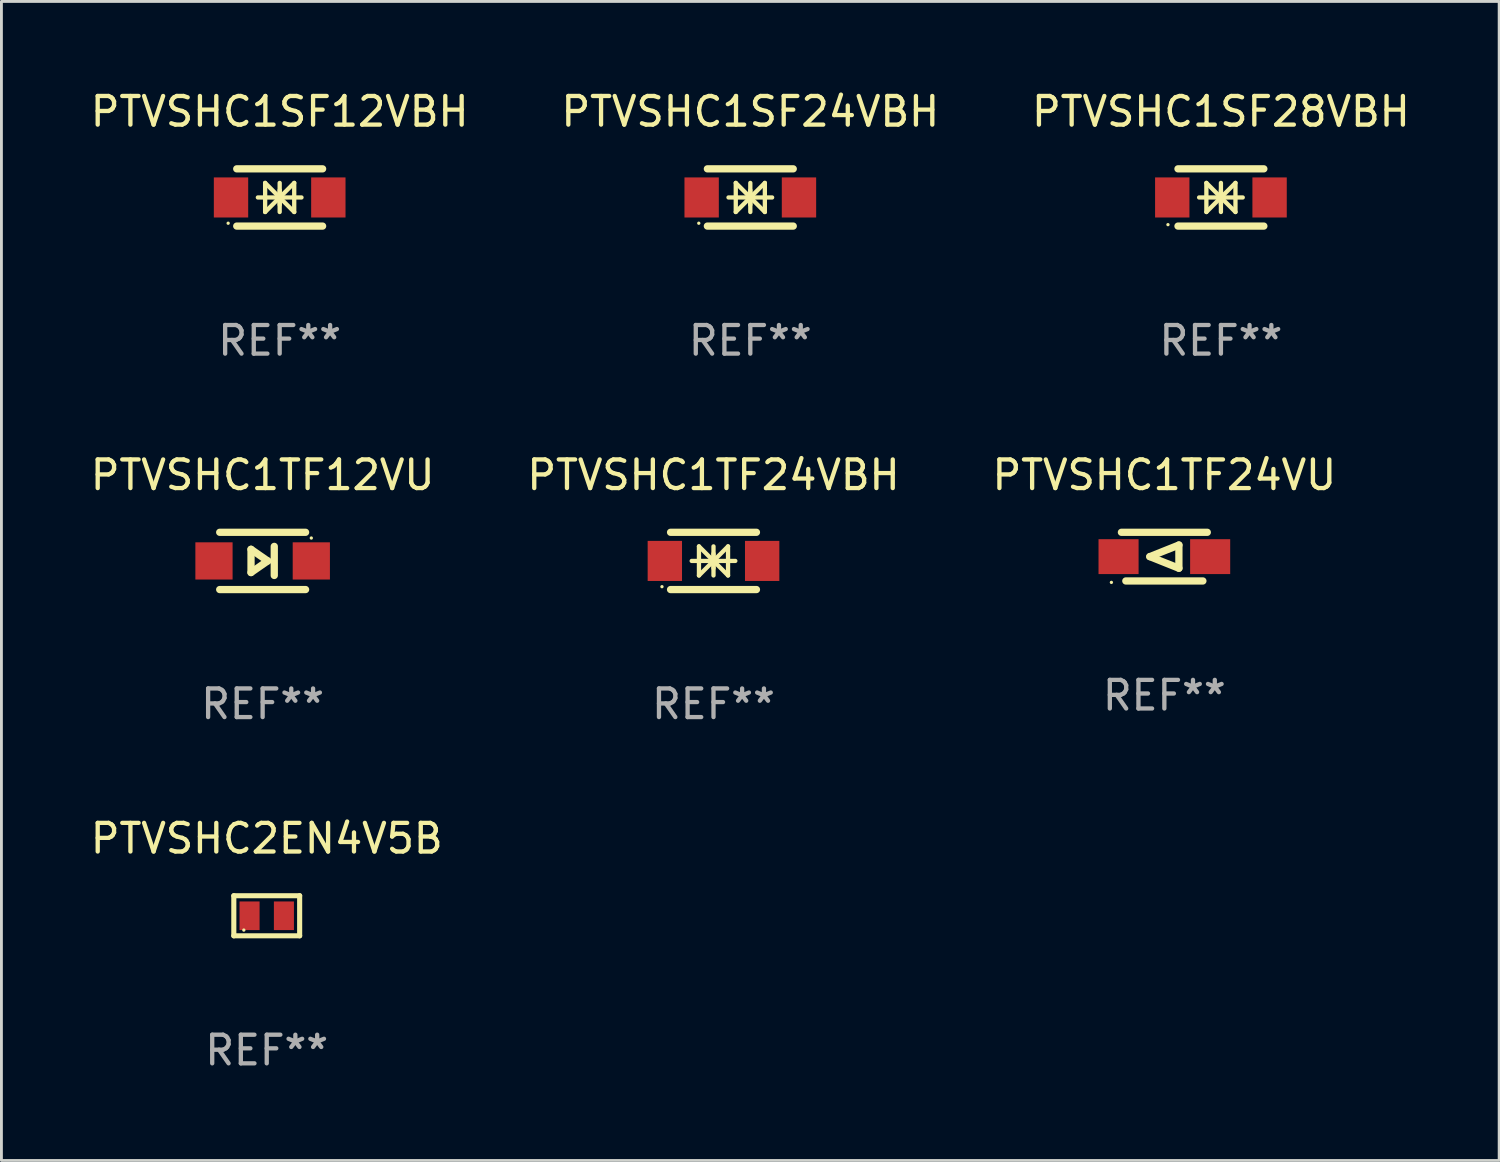
<source format=kicad_pcb>
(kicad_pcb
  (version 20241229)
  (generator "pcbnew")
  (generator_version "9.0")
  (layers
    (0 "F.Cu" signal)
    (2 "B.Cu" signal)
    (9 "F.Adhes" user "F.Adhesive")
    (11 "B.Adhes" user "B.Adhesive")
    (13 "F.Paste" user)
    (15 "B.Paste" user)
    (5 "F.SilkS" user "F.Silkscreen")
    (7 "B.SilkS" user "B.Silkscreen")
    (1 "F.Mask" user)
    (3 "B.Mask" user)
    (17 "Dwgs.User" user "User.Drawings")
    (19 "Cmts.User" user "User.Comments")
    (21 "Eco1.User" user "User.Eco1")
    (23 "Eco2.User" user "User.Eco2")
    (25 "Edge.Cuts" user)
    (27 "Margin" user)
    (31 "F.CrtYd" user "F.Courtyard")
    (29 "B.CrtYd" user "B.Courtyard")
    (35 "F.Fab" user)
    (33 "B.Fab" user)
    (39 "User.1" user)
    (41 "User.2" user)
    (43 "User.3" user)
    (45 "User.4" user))
  (footprint "PTVSHC1SF12VBH"
    (layer "F.Cu")
    (at 6.72 3.848)
    (property "Reference" "PTVSHC1SF12VBH" (at 0 -3 0) (layer "F.SilkS") (effects (font (size 1 1) (thickness 0.15))))
    (attr through_hole)
    (fp_line (start -1.5 -1) (end 1.5 -1) (stroke (width 0.254) (type solid)) (layer "F.SilkS"))
    (fp_line (start -1.5 1) (end 1.5 1) (stroke (width 0.254) (type solid)) (layer "F.SilkS"))
    (fp_line (start -0.762 0) (end 0.762 0) (stroke (width 0.15) (type solid)) (layer "F.SilkS"))
    (fp_line (start -0.508 -0.508) (end -0.508 0.508) (stroke (width 0.15) (type solid)) (layer "F.SilkS"))
    (fp_line (start 0 -0.508) (end 0 0.508) (stroke (width 0.15) (type solid)) (layer "F.SilkS"))
    (fp_line (start 0 0) (end -0.508 -0.508) (stroke (width 0.15) (type solid)) (layer "F.SilkS"))
    (fp_line (start 0 0) (end -0.508 0.508) (stroke (width 0.15) (type solid)) (layer "F.SilkS"))
    (fp_line (start 0 0) (end 0.508 -0.508) (stroke (width 0.15) (type solid)) (layer "F.SilkS"))
    (fp_line (start 0 0) (end 0.508 0.508) (stroke (width 0.15) (type solid)) (layer "F.SilkS"))
    (fp_line (start 0 0.254) (end 0 -0.254) (stroke (width 0.15) (type solid)) (layer "F.SilkS"))
    (fp_line (start 0.508 0.508) (end 0.508 -0.508) (stroke (width 0.15) (type solid)) (layer "F.SilkS"))
    (fp_circle (center -1.8 0.9) (end -1.77 0.9) (stroke (width 0.06) (type solid)) (fill no) (layer "F.SilkS"))
    (fp_text user "REF**" (at 0 5 0) (layer "F.Fab") (effects (font (size 1 1) (thickness 0.15))))
    (pad "1" smd rect (at -1.7 0) (size 1.2 1.4) (layers "F.Cu" "F.Mask" "F.Paste"))
    (pad "2" smd rect (at 1.7 0) (size 1.2 1.4) (layers "F.Cu" "F.Mask" "F.Paste")))
  (footprint "PTVSHC1SF28VBH"
    (layer "F.Cu")
    (at 39.601 3.848)
    (property "Reference" "PTVSHC1SF28VBH" (at 0 -3 0) (layer "F.SilkS") (effects (font (size 1 1) (thickness 0.15))))
    (attr through_hole)
    (fp_line (start -1.5 -1) (end 1.5 -1) (stroke (width 0.254) (type solid)) (layer "F.SilkS"))
    (fp_line (start -1.5 1) (end 1.5 1) (stroke (width 0.254) (type solid)) (layer "F.SilkS"))
    (fp_line (start -0.762 0) (end 0.762 0) (stroke (width 0.15) (type solid)) (layer "F.SilkS"))
    (fp_line (start -0.508 -0.508) (end -0.508 0.508) (stroke (width 0.15) (type solid)) (layer "F.SilkS"))
    (fp_line (start 0 -0.508) (end 0 0.508) (stroke (width 0.15) (type solid)) (layer "F.SilkS"))
    (fp_line (start 0 0) (end -0.508 -0.508) (stroke (width 0.15) (type solid)) (layer "F.SilkS"))
    (fp_line (start 0 0) (end -0.508 0.508) (stroke (width 0.15) (type solid)) (layer "F.SilkS"))
    (fp_line (start 0 0) (end 0.508 -0.508) (stroke (width 0.15) (type solid)) (layer "F.SilkS"))
    (fp_line (start 0 0) (end 0.508 0.508) (stroke (width 0.15) (type solid)) (layer "F.SilkS"))
    (fp_line (start 0 0.254) (end 0 -0.254) (stroke (width 0.15) (type solid)) (layer "F.SilkS"))
    (fp_line (start 0.508 0.508) (end 0.508 -0.508) (stroke (width 0.15) (type solid)) (layer "F.SilkS"))
    (fp_circle (center -1.85 0.95) (end -1.82 0.95) (stroke (width 0.06) (type solid)) (fill no) (layer "F.SilkS"))
    (fp_text user "REF**" (at 0 5 0) (layer "F.Fab") (effects (font (size 1 1) (thickness 0.15))))
    (pad "1" smd rect (at -1.7 0) (size 1.2 1.4) (layers "F.Cu" "F.Mask" "F.Paste"))
    (pad "2" smd rect (at 1.7 0) (size 1.2 1.4) (layers "F.Cu" "F.Mask" "F.Paste")))
  (footprint "PTVSHC1TF24VU"
    (layer "F.Cu")
    (at 37.625 16.395)
    (property "Reference" "PTVSHC1TF24VU" (at 0 -2.85 0) (layer "F.SilkS") (effects (font (size 1 1) (thickness 0.15))))
    (attr through_hole)
    (fp_line (start -1.346 0.85) (end 1.346 0.85) (stroke (width 0.254) (type solid)) (layer "F.SilkS"))
    (fp_line (start -0.508 0) (end 0.508 -0.406) (stroke (width 0.254) (type solid)) (layer "F.SilkS"))
    (fp_line (start 0.508 -0.406) (end 0.508 0.406) (stroke (width 0.254) (type solid)) (layer "F.SilkS"))
    (fp_line (start 0.508 0.406) (end -0.508 0) (stroke (width 0.254) (type solid)) (layer "F.SilkS"))
    (fp_line (start 1.5 -0.85) (end -1.5 -0.85) (stroke (width 0.254) (type solid)) (layer "F.SilkS"))
    (fp_circle (center -1.85 0.9) (end -1.82 0.9) (stroke (width 0.06) (type solid)) (fill no) (layer "F.SilkS"))
    (fp_text user "REF**" (at 0 4.85 0) (layer "F.Fab") (effects (font (size 1 1) (thickness 0.15))))
    (pad "1" smd rect (at -1.6 0) (size 1.4 1.219) (layers "F.Cu" "F.Mask" "F.Paste"))
    (pad "2" smd rect (at 1.6 0) (size 1.4 1.219) (layers "F.Cu" "F.Mask" "F.Paste")))
  (footprint "PTVSHC1TF24VBH"
    (layer "F.Cu")
    (at 21.875 16.545)
    (property "Reference" "PTVSHC1TF24VBH" (at 0 -3 0) (layer "F.SilkS") (effects (font (size 1 1) (thickness 0.15))))
    (attr through_hole)
    (fp_line (start -1.5 -1) (end 1.5 -1) (stroke (width 0.254) (type solid)) (layer "F.SilkS"))
    (fp_line (start -1.5 1) (end 1.5 1) (stroke (width 0.254) (type solid)) (layer "F.SilkS"))
    (fp_line (start -0.762 0) (end 0.762 0) (stroke (width 0.15) (type solid)) (layer "F.SilkS"))
    (fp_line (start -0.508 -0.508) (end -0.508 0.508) (stroke (width 0.15) (type solid)) (layer "F.SilkS"))
    (fp_line (start 0 -0.508) (end 0 0.508) (stroke (width 0.15) (type solid)) (layer "F.SilkS"))
    (fp_line (start 0 0) (end -0.508 -0.508) (stroke (width 0.15) (type solid)) (layer "F.SilkS"))
    (fp_line (start 0 0) (end -0.508 0.508) (stroke (width 0.15) (type solid)) (layer "F.SilkS"))
    (fp_line (start 0 0) (end 0.508 -0.508) (stroke (width 0.15) (type solid)) (layer "F.SilkS"))
    (fp_line (start 0 0) (end 0.508 0.508) (stroke (width 0.15) (type solid)) (layer "F.SilkS"))
    (fp_line (start 0 0.254) (end 0 -0.254) (stroke (width 0.15) (type solid)) (layer "F.SilkS"))
    (fp_line (start 0.508 0.508) (end 0.508 -0.508) (stroke (width 0.15) (type solid)) (layer "F.SilkS"))
    (fp_circle (center -1.8 0.9) (end -1.77 0.9) (stroke (width 0.06) (type solid)) (fill no) (layer "F.SilkS"))
    (fp_text user "REF**" (at 0 5 0) (layer "F.Fab") (effects (font (size 1 1) (thickness 0.15))))
    (pad "1" smd rect (at -1.7 0) (size 1.2 1.4) (layers "F.Cu" "F.Mask" "F.Paste"))
    (pad "2" smd rect (at 1.7 0) (size 1.2 1.4) (layers "F.Cu" "F.Mask" "F.Paste")))
  (footprint "PTVSHC2EN4V5B"
    (layer "F.Cu")
    (at 6.268 28.941)
    (property "Reference" "PTVSHC2EN4V5B" (at 0 -2.7 0) (layer "F.SilkS") (effects (font (size 1 1) (thickness 0.15))))
    (attr through_hole)
    (fp_line (start -1.15 -0.7) (end -1.15 0.7) (stroke (width 0.178) (type solid)) (layer "F.SilkS"))
    (fp_line (start -1.15 -0.7) (end 1.15 -0.7) (stroke (width 0.178) (type solid)) (layer "F.SilkS"))
    (fp_line (start -1.15 0.7) (end 1.15 0.7) (stroke (width 0.178) (type solid)) (layer "F.SilkS"))
    (fp_line (start 1.15 -0.7) (end 1.15 0.7) (stroke (width 0.178) (type solid)) (layer "F.SilkS"))
    (fp_circle (center -0.8 0.5) (end -0.77 0.5) (stroke (width 0.06) (type solid)) (fill no) (layer "F.SilkS"))
    (fp_text user "REF**" (at 0 4.7 0) (layer "F.Fab") (effects (font (size 1 1) (thickness 0.15))))
    (pad "1" smd rect (at -0.6 0 90) (size 1 0.7) (layers "F.Cu" "F.Mask" "F.Paste"))
    (pad "2" smd rect (at 0.6 0 90) (size 1 0.7) (layers "F.Cu" "F.Mask" "F.Paste")))
  (footprint "PTVSHC1TF12VU"
    (layer "F.Cu")
    (at 6.125 16.545)
    (property "Reference" "PTVSHC1TF12VU" (at 0 -3 0) (layer "F.SilkS") (effects (font (size 1 1) (thickness 0.15))))
    (attr through_hole)
    (fp_line (start -1.5 -1) (end 1.5 -1) (stroke (width 0.254) (type solid)) (layer "F.SilkS"))
    (fp_line (start -0.406 -0.406) (end 0.178 0) (stroke (width 0.254) (type solid)) (layer "F.SilkS"))
    (fp_line (start -0.406 0.406) (end -0.406 -0.406) (stroke (width 0.254) (type solid)) (layer "F.SilkS"))
    (fp_line (start 0.178 0) (end -0.406 0.406) (stroke (width 0.254) (type solid)) (layer "F.SilkS"))
    (fp_line (start 0.406 0.508) (end 0.406 -0.508) (stroke (width 0.254) (type solid)) (layer "F.SilkS"))
    (fp_line (start 1.5 1) (end -1.5 1) (stroke (width 0.254) (type solid)) (layer "F.SilkS"))
    (fp_circle (center 1.7 -0.8) (end 1.73 -0.8) (stroke (width 0.06) (type solid)) (fill no) (layer "F.SilkS"))
    (fp_text user "REF**" (at 0 5 0) (layer "F.Fab") (effects (font (size 1 1) (thickness 0.15))))
    (pad "1" smd rect (at 1.7 0 180) (size 1.3 1.3) (layers "F.Cu" "F.Mask" "F.Paste"))
    (pad "2" smd rect (at -1.7 0 180) (size 1.3 1.3) (layers "F.Cu" "F.Mask" "F.Paste")))
  (footprint "PTVSHC1SF24VBH"
    (layer "F.Cu")
    (at 23.161 3.848)
    (property "Reference" "PTVSHC1SF24VBH" (at 0 -3 0) (layer "F.SilkS") (effects (font (size 1 1) (thickness 0.15))))
    (attr through_hole)
    (fp_line (start -1.5 -1) (end 1.5 -1) (stroke (width 0.254) (type solid)) (layer "F.SilkS"))
    (fp_line (start -1.5 1) (end 1.5 1) (stroke (width 0.254) (type solid)) (layer "F.SilkS"))
    (fp_line (start -0.762 0) (end 0.762 0) (stroke (width 0.15) (type solid)) (layer "F.SilkS"))
    (fp_line (start -0.508 -0.508) (end -0.508 0.508) (stroke (width 0.15) (type solid)) (layer "F.SilkS"))
    (fp_line (start 0 -0.508) (end 0 0.508) (stroke (width 0.15) (type solid)) (layer "F.SilkS"))
    (fp_line (start 0 0) (end -0.508 -0.508) (stroke (width 0.15) (type solid)) (layer "F.SilkS"))
    (fp_line (start 0 0) (end -0.508 0.508) (stroke (width 0.15) (type solid)) (layer "F.SilkS"))
    (fp_line (start 0 0) (end 0.508 -0.508) (stroke (width 0.15) (type solid)) (layer "F.SilkS"))
    (fp_line (start 0 0) (end 0.508 0.508) (stroke (width 0.15) (type solid)) (layer "F.SilkS"))
    (fp_line (start 0 0.254) (end 0 -0.254) (stroke (width 0.15) (type solid)) (layer "F.SilkS"))
    (fp_line (start 0.508 0.508) (end 0.508 -0.508) (stroke (width 0.15) (type solid)) (layer "F.SilkS"))
    (fp_circle (center -1.8 0.9) (end -1.77 0.9) (stroke (width 0.06) (type solid)) (fill no) (layer "F.SilkS"))
    (fp_text user "REF**" (at 0 5 0) (layer "F.Fab") (effects (font (size 1 1) (thickness 0.15))))
    (pad "1" smd rect (at -1.7 0) (size 1.2 1.4) (layers "F.Cu" "F.Mask" "F.Paste"))
    (pad "2" smd rect (at 1.7 0) (size 1.2 1.4) (layers "F.Cu" "F.Mask" "F.Paste")))
  (gr_rect
    (start -3 -3)
    (end 49.321 37.489)
    (stroke (width 0.1) (type default))
    (fill no)
    (layer "Edge.Cuts")))
</source>
